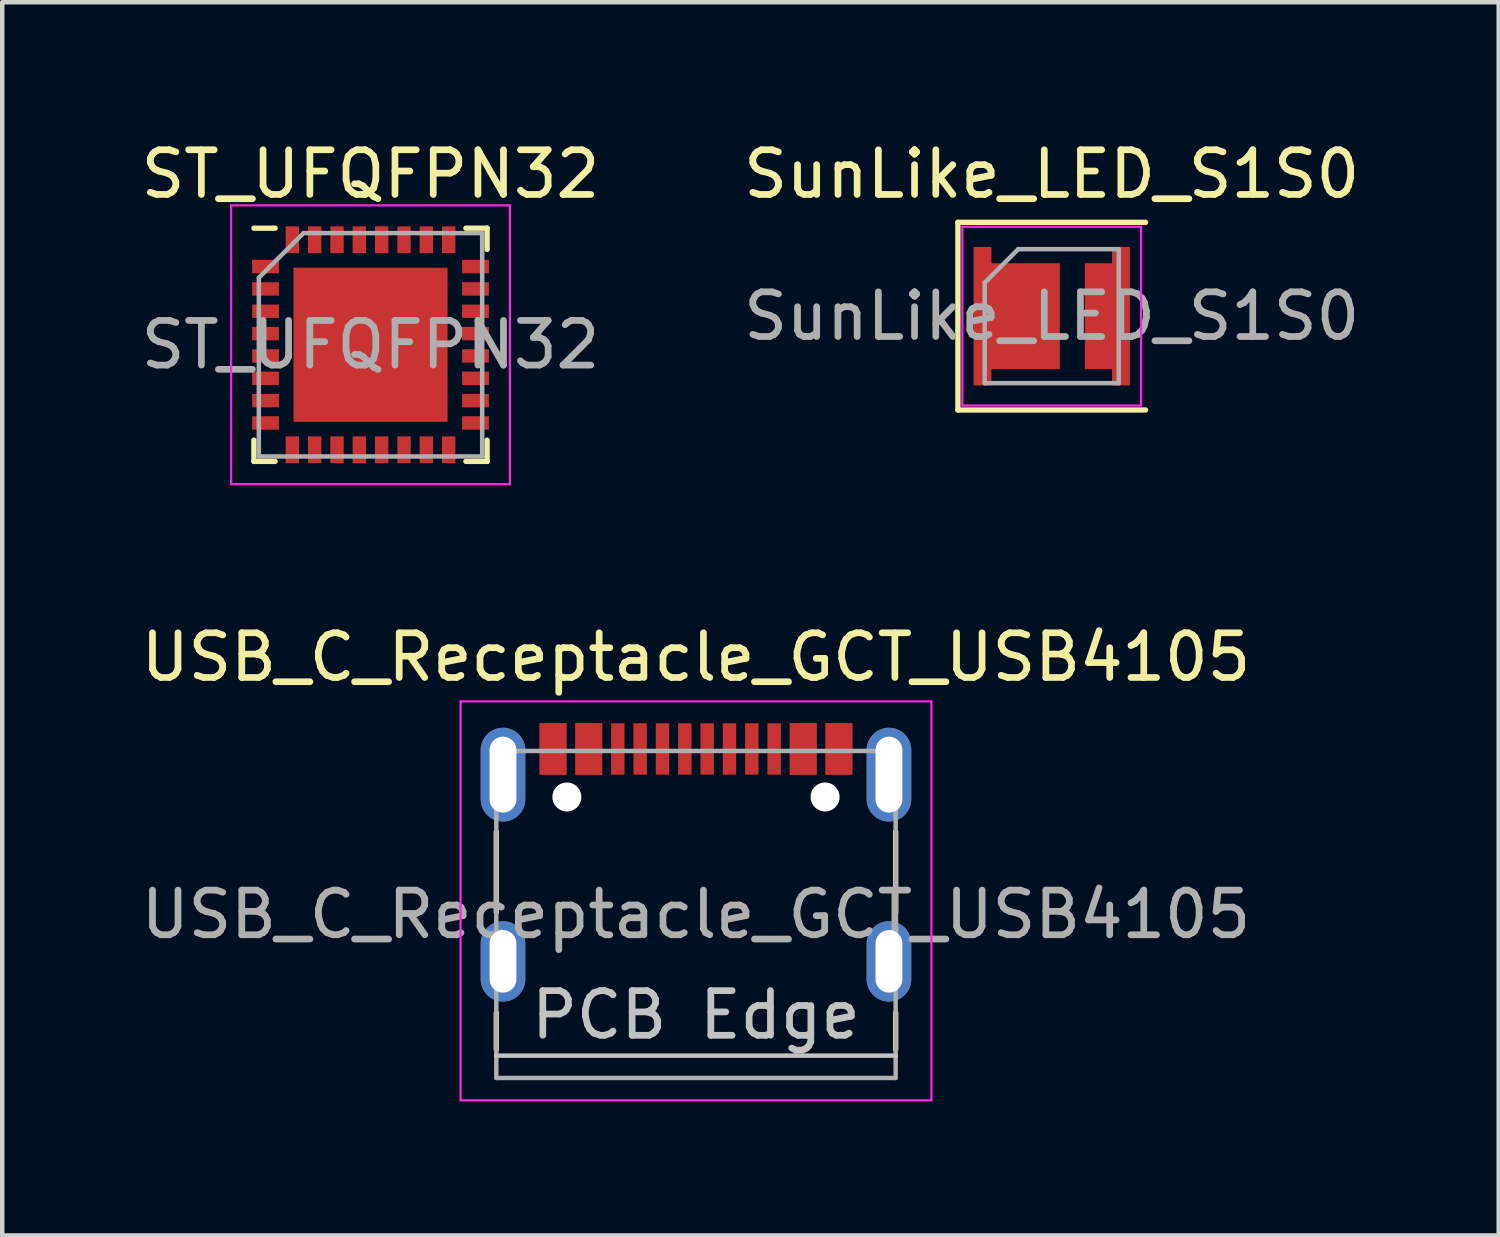
<source format=kicad_pcb>
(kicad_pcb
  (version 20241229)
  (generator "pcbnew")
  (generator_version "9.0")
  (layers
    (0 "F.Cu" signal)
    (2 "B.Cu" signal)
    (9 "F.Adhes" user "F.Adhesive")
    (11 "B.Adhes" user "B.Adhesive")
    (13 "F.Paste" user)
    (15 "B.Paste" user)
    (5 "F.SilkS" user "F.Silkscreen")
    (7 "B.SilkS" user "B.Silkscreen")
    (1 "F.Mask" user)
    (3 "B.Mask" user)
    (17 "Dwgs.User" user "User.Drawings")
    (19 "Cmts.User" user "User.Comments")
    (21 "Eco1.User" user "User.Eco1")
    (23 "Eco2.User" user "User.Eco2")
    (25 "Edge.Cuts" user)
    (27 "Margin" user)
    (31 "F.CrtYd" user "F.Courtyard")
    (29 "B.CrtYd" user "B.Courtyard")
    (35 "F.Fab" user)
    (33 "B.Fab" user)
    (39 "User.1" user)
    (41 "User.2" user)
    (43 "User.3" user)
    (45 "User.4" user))
  (footprint "SunLike_LED_S1S0"
    (layer "F.Cu")
    (at 20.494 4.028)
    (property "Reference" "SunLike_LED_S1S0" (at 0 -3.18 0) (layer "F.SilkS") (effects (font (size 1 1) (thickness 0.15))))
    (attr smd)
    (fp_line (start -2.1 -2.1) (end -2.1 2.1) (stroke (width 0.12) (type solid)) (layer "F.SilkS"))
    (fp_line (start -2.1 2.1) (end 2.1 2.1) (stroke (width 0.12) (type solid)) (layer "F.SilkS"))
    (fp_line (start 2.1 -2.1) (end -2.1 -2.1) (stroke (width 0.12) (type solid)) (layer "F.SilkS"))
    (fp_line (start -2 -2) (end 2 -2) (stroke (width 0.05) (type solid)) (layer "F.CrtYd"))
    (fp_line (start -2 2) (end -2 -2) (stroke (width 0.05) (type solid)) (layer "F.CrtYd"))
    (fp_line (start 2 -2) (end 2 2) (stroke (width 0.05) (type solid)) (layer "F.CrtYd"))
    (fp_line (start 2 2) (end -2 2) (stroke (width 0.05) (type solid)) (layer "F.CrtYd"))
    (fp_line (start -1.5 -0.75) (end -1.5 1.5) (stroke (width 0.1) (type solid)) (layer "F.Fab"))
    (fp_line (start -1.5 1.5) (end 1.5 1.5) (stroke (width 0.1) (type solid)) (layer "F.Fab"))
    (fp_line (start -0.75 -1.5) (end -1.5 -0.75) (stroke (width 0.1) (type solid)) (layer "F.Fab"))
    (fp_line (start 1.5 -1.5) (end -0.75 -1.5) (stroke (width 0.1) (type solid)) (layer "F.Fab"))
    (fp_line (start 1.5 1.5) (end 1.5 -1.5) (stroke (width 0.1) (type solid)) (layer "F.Fab"))
    (fp_text user "${REFERENCE}" (at 0 0 0) (layer "F.Fab") (effects (font (size 1 1) (thickness 0.15))))
    (pad "1" smd custom (at -0.785 0) (size 1 1) (layers "F.Cu" "F.Mask" "F.Paste") (options (anchor rect)) (primitives (gr_poly (pts (xy -0.965 -1.55) (xy -0.565 -1.55) (xy -0.565 -1.185) (xy 0.965 -1.185) (xy 0.965 1.185) (xy -0.565 1.185) (xy -0.565 1.55) (xy -0.965 1.55)) (width 0) (fill yes))))
    (pad "2" smd custom (at 1.245 0) (size 1 1) (layers "F.Cu" "F.Mask" "F.Paste") (options (anchor rect)) (primitives (gr_poly (pts (xy -0.505 -1.185) (xy 0.105 -1.185) (xy 0.105 -1.55) (xy 0.505 -1.55) (xy 0.505 1.55) (xy 0.105 1.55) (xy 0.105 1.185) (xy -0.505 1.185)) (width 0) (fill yes)))))
  (footprint "ST_UFQFPN32"
    (layer "F.Cu")
    (at 5.244 4.668)
    (property "Reference" "ST_UFQFPN32" (at 0 -3.82 0) (layer "F.SilkS") (effects (font (size 1 1) (thickness 0.15))))
    (attr smd)
    (fp_line (start -2.61 2.61) (end -2.61 2.135) (stroke (width 0.12) (type solid)) (layer "F.SilkS"))
    (fp_line (start -2.135 -2.61) (end -2.61 -2.61) (stroke (width 0.12) (type solid)) (layer "F.SilkS"))
    (fp_line (start -2.135 2.61) (end -2.61 2.61) (stroke (width 0.12) (type solid)) (layer "F.SilkS"))
    (fp_line (start 2.135 -2.61) (end 2.61 -2.61) (stroke (width 0.12) (type solid)) (layer "F.SilkS"))
    (fp_line (start 2.135 2.61) (end 2.61 2.61) (stroke (width 0.12) (type solid)) (layer "F.SilkS"))
    (fp_line (start 2.61 -2.61) (end 2.61 -2.135) (stroke (width 0.12) (type solid)) (layer "F.SilkS"))
    (fp_line (start 2.61 2.61) (end 2.61 2.135) (stroke (width 0.12) (type solid)) (layer "F.SilkS"))
    (fp_line (start -3.12 -3.12) (end -3.12 3.12) (stroke (width 0.05) (type solid)) (layer "F.CrtYd"))
    (fp_line (start -3.12 3.12) (end 3.12 3.12) (stroke (width 0.05) (type solid)) (layer "F.CrtYd"))
    (fp_line (start 3.12 -3.12) (end -3.12 -3.12) (stroke (width 0.05) (type solid)) (layer "F.CrtYd"))
    (fp_line (start 3.12 3.12) (end 3.12 -3.12) (stroke (width 0.05) (type solid)) (layer "F.CrtYd"))
    (fp_line (start -2.5 -1.5) (end -1.5 -2.5) (stroke (width 0.1) (type solid)) (layer "F.Fab"))
    (fp_line (start -2.5 2.5) (end -2.5 -1.5) (stroke (width 0.1) (type solid)) (layer "F.Fab"))
    (fp_line (start -1.5 -2.5) (end 2.5 -2.5) (stroke (width 0.1) (type solid)) (layer "F.Fab"))
    (fp_line (start 2.5 -2.5) (end 2.5 2.5) (stroke (width 0.1) (type solid)) (layer "F.Fab"))
    (fp_line (start 2.5 2.5) (end -2.5 2.5) (stroke (width 0.1) (type solid)) (layer "F.Fab"))
    (fp_text user "${REFERENCE}" (at 0 0 0) (layer "F.Fab") (effects (font (size 1 1) (thickness 0.15))))
    (pad "" smd rect (at -1.15 -1.15) (size 0.93 0.93) (layers "F.Paste"))
    (pad "" smd rect (at -1.15 0) (size 0.93 0.93) (layers "F.Paste"))
    (pad "" smd rect (at -1.15 1.15) (size 0.93 0.93) (layers "F.Paste"))
    (pad "" smd rect (at 0 -1.15) (size 0.93 0.93) (layers "F.Paste"))
    (pad "" smd rect (at 0 0) (size 0.93 0.93) (layers "F.Paste"))
    (pad "" smd rect (at 0 1.15) (size 0.93 0.93) (layers "F.Paste"))
    (pad "" smd rect (at 1.15 -1.15) (size 0.93 0.93) (layers "F.Paste"))
    (pad "" smd rect (at 1.15 0) (size 0.93 0.93) (layers "F.Paste"))
    (pad "" smd rect (at 1.15 1.15) (size 0.93 0.93) (layers "F.Paste"))
    (pad "1" smd rect (at -2.35 -1.75) (size 0.6 0.3) (layers "F.Cu" "F.Mask" "F.Paste"))
    (pad "2" smd rect (at -2.35 -1.25) (size 0.6 0.3) (layers "F.Cu" "F.Mask" "F.Paste"))
    (pad "3" smd rect (at -2.35 -0.75) (size 0.6 0.3) (layers "F.Cu" "F.Mask" "F.Paste"))
    (pad "4" smd rect (at -2.35 -0.25) (size 0.6 0.3) (layers "F.Cu" "F.Mask" "F.Paste"))
    (pad "5" smd rect (at -2.35 0.25) (size 0.6 0.3) (layers "F.Cu" "F.Mask" "F.Paste"))
    (pad "6" smd rect (at -2.35 0.75) (size 0.6 0.3) (layers "F.Cu" "F.Mask" "F.Paste"))
    (pad "7" smd rect (at -2.35 1.25) (size 0.6 0.3) (layers "F.Cu" "F.Mask" "F.Paste"))
    (pad "8" smd rect (at -2.35 1.75) (size 0.6 0.3) (layers "F.Cu" "F.Mask" "F.Paste"))
    (pad "9" smd rect (at -1.75 2.35) (size 0.3 0.6) (layers "F.Cu" "F.Mask" "F.Paste"))
    (pad "10" smd rect (at -1.25 2.35) (size 0.3 0.6) (layers "F.Cu" "F.Mask" "F.Paste"))
    (pad "11" smd rect (at -0.75 2.35) (size 0.3 0.6) (layers "F.Cu" "F.Mask" "F.Paste"))
    (pad "12" smd rect (at -0.25 2.35) (size 0.3 0.6) (layers "F.Cu" "F.Mask" "F.Paste"))
    (pad "13" smd rect (at 0.25 2.35) (size 0.3 0.6) (layers "F.Cu" "F.Mask" "F.Paste"))
    (pad "14" smd rect (at 0.75 2.35) (size 0.3 0.6) (layers "F.Cu" "F.Mask" "F.Paste"))
    (pad "15" smd rect (at 1.25 2.35) (size 0.3 0.6) (layers "F.Cu" "F.Mask" "F.Paste"))
    (pad "16" smd rect (at 1.75 2.35) (size 0.3 0.6) (layers "F.Cu" "F.Mask" "F.Paste"))
    (pad "17" smd rect (at 2.35 1.75) (size 0.6 0.3) (layers "F.Cu" "F.Mask" "F.Paste"))
    (pad "18" smd rect (at 2.35 1.25) (size 0.6 0.3) (layers "F.Cu" "F.Mask" "F.Paste"))
    (pad "19" smd rect (at 2.35 0.75) (size 0.6 0.3) (layers "F.Cu" "F.Mask" "F.Paste"))
    (pad "20" smd rect (at 2.35 0.25) (size 0.6 0.3) (layers "F.Cu" "F.Mask" "F.Paste"))
    (pad "21" smd rect (at 2.35 -0.25) (size 0.6 0.3) (layers "F.Cu" "F.Mask" "F.Paste"))
    (pad "22" smd rect (at 2.35 -0.75) (size 0.6 0.3) (layers "F.Cu" "F.Mask" "F.Paste"))
    (pad "23" smd rect (at 2.35 -1.25) (size 0.6 0.3) (layers "F.Cu" "F.Mask" "F.Paste"))
    (pad "24" smd rect (at 2.35 -1.75) (size 0.6 0.3) (layers "F.Cu" "F.Mask" "F.Paste"))
    (pad "25" smd rect (at 1.75 -2.35) (size 0.3 0.6) (layers "F.Cu" "F.Mask" "F.Paste"))
    (pad "26" smd rect (at 1.25 -2.35) (size 0.3 0.6) (layers "F.Cu" "F.Mask" "F.Paste"))
    (pad "27" smd rect (at 0.75 -2.35) (size 0.3 0.6) (layers "F.Cu" "F.Mask" "F.Paste"))
    (pad "28" smd rect (at 0.25 -2.35) (size 0.3 0.6) (layers "F.Cu" "F.Mask" "F.Paste"))
    (pad "29" smd rect (at -0.25 -2.35) (size 0.3 0.6) (layers "F.Cu" "F.Mask" "F.Paste"))
    (pad "30" smd rect (at -0.75 -2.35) (size 0.3 0.6) (layers "F.Cu" "F.Mask" "F.Paste"))
    (pad "31" smd rect (at -1.25 -2.35) (size 0.3 0.6) (layers "F.Cu" "F.Mask" "F.Paste"))
    (pad "32" smd rect (at -1.75 -2.35) (size 0.3 0.6) (layers "F.Cu" "F.Mask" "F.Paste"))
    (pad "33" smd rect (at 0 0) (size 3.45 3.45) (layers "F.Cu" "F.Mask")))
  (footprint "USB_C_Receptacle_GCT_USB4105"
    (layer "F.Cu")
    (at 12.53 16.241)
    (property "Reference" "USB_C_Receptacle_GCT_USB4105" (at 0 -4.58 0) (layer "F.SilkS") (effects (font (size 1 1) (thickness 0.15))))
    (attr smd)
    (fp_line (start -4.47 -0.67) (end -4.47 1.13) (stroke (width 0.12) (type solid)) (layer "F.SilkS"))
    (fp_line (start -4.47 4.2) (end -4.47 3.38) (stroke (width 0.12) (type solid)) (layer "F.SilkS"))
    (fp_line (start 4.47 -0.67) (end 4.47 1.13) (stroke (width 0.12) (type solid)) (layer "F.SilkS"))
    (fp_line (start 4.47 4.2) (end 4.47 3.38) (stroke (width 0.12) (type solid)) (layer "F.SilkS"))
    (fp_line (start -4.47 4.34) (end 4.47 4.34) (stroke (width 0.1) (type solid)) (layer "Dwgs.User"))
    (fp_line (start -5.27 -3.59) (end -5.27 5.34) (stroke (width 0.05) (type solid)) (layer "F.CrtYd"))
    (fp_line (start -5.27 5.34) (end 5.27 5.34) (stroke (width 0.05) (type solid)) (layer "F.CrtYd"))
    (fp_line (start 5.27 -3.59) (end -5.27 -3.59) (stroke (width 0.05) (type solid)) (layer "F.CrtYd"))
    (fp_line (start 5.27 5.34) (end 5.27 -3.59) (stroke (width 0.05) (type solid)) (layer "F.CrtYd"))
    (fp_line (start -4.47 -2.48) (end -4.47 4.84) (stroke (width 0.1) (type solid)) (layer "F.Fab"))
    (fp_line (start -4.47 -2.48) (end 4.47 -2.48) (stroke (width 0.1) (type solid)) (layer "F.Fab"))
    (fp_line (start 4.47 -2.48) (end 4.47 4.84) (stroke (width 0.1) (type solid)) (layer "F.Fab"))
    (fp_line (start 4.47 4.84) (end -4.47 4.84) (stroke (width 0.1) (type solid)) (layer "F.Fab"))
    (fp_text user "PCB Edge" (at 0 3.43 0) (layer "Dwgs.User") (effects (font (size 1 1) (thickness 0.15))))
    (fp_text user "${REFERENCE}" (at 0 1.18 0) (layer "F.Fab") (effects (font (size 1 1) (thickness 0.15))))
    (pad "" np_thru_hole circle (at -2.89 -1.45 180) (size 0.65 0.65) (drill 0.65) (layers "*.Cu" "*.Mask"))
    (pad "" np_thru_hole circle (at 2.89 -1.45 180) (size 0.65 0.65) (drill 0.65) (layers "*.Cu" "*.Mask"))
    (pad "A1" smd rect (at -3.2 -2.525) (size 0.6 1.15) (layers "F.Cu" "F.Mask" "F.Paste"))
    (pad "A4" smd rect (at -2.4 -2.525) (size 0.6 1.15) (layers "F.Cu" "F.Mask" "F.Paste"))
    (pad "A5" smd rect (at -1.25 -2.525 180) (size 0.3 1.15) (layers "F.Cu" "F.Mask" "F.Paste"))
    (pad "A6" smd rect (at -0.25 -2.525 180) (size 0.3 1.15) (layers "F.Cu" "F.Mask" "F.Paste"))
    (pad "A7" smd rect (at 0.25 -2.525 180) (size 0.3 1.15) (layers "F.Cu" "F.Mask" "F.Paste"))
    (pad "A8" smd rect (at 1.25 -2.525 180) (size 0.3 1.15) (layers "F.Cu" "F.Mask" "F.Paste"))
    (pad "A9" smd rect (at 2.4 -2.525) (size 0.6 1.15) (layers "F.Cu" "F.Mask" "F.Paste"))
    (pad "A12" smd rect (at 3.2 -2.525) (size 0.6 1.15) (layers "F.Cu" "F.Mask" "F.Paste"))
    (pad "B1" smd rect (at 3.2 -2.525) (size 0.6 1.15) (layers "F.Cu" "F.Mask" "F.Paste"))
    (pad "B4" smd rect (at 2.4 -2.525) (size 0.6 1.15) (layers "F.Cu" "F.Mask" "F.Paste"))
    (pad "B5" smd rect (at 1.75 -2.525 180) (size 0.3 1.15) (layers "F.Cu" "F.Mask" "F.Paste"))
    (pad "B6" smd rect (at 0.75 -2.525 180) (size 0.3 1.15) (layers "F.Cu" "F.Mask" "F.Paste"))
    (pad "B7" smd rect (at -0.75 -2.525 180) (size 0.3 1.15) (layers "F.Cu" "F.Mask" "F.Paste"))
    (pad "B8" smd rect (at -1.75 -2.525 180) (size 0.3 1.15) (layers "F.Cu" "F.Mask" "F.Paste"))
    (pad "B9" smd rect (at -2.4 -2.525) (size 0.6 1.15) (layers "F.Cu" "F.Mask" "F.Paste"))
    (pad "B12" smd rect (at -3.2 -2.525) (size 0.6 1.15) (layers "F.Cu" "F.Mask" "F.Paste"))
    (pad "S1" thru_hole oval (at -4.32 -1.95 90) (size 2.1 1) (drill oval 1.7 0.6) (layers "*.Cu" "*.Mask" "F.Paste"))
    (pad "S1" thru_hole oval (at -4.32 2.23 90) (size 1.8 1) (drill oval 1.4 0.6) (layers "*.Cu" "*.Mask" "F.Paste"))
    (pad "S1" thru_hole oval (at 4.32 -1.95 90) (size 2.1 1) (drill oval 1.7 0.6) (layers "*.Cu" "*.Mask" "F.Paste"))
    (pad "S1" thru_hole oval (at 4.32 2.23 90) (size 1.8 1) (drill oval 1.4 0.6) (layers "*.Cu" "*.Mask" "F.Paste")))
  (gr_rect
    (start -3 -3)
    (end 30.5 24.607)
    (stroke (width 0.1) (type default))
    (fill no)
    (layer "Edge.Cuts")))
</source>
